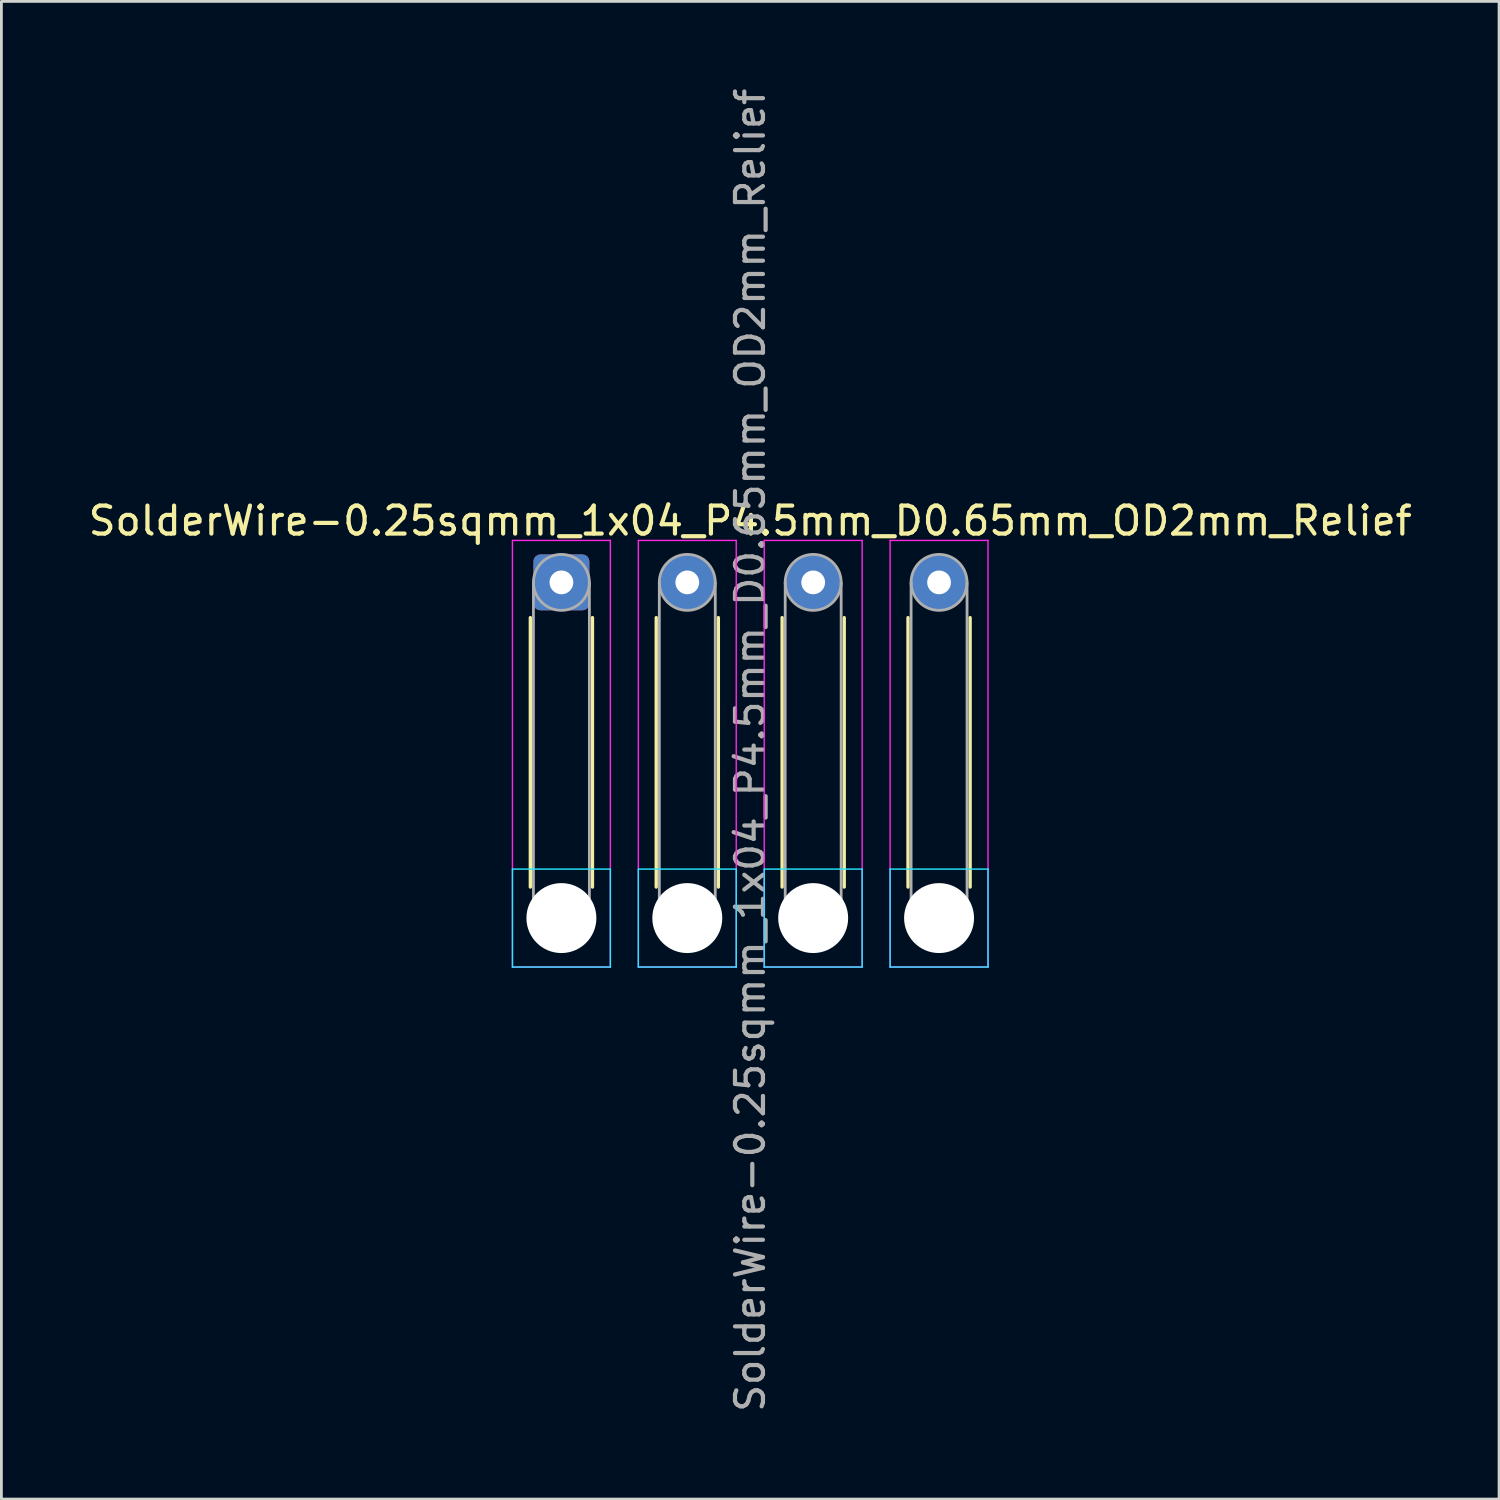
<source format=kicad_pcb>
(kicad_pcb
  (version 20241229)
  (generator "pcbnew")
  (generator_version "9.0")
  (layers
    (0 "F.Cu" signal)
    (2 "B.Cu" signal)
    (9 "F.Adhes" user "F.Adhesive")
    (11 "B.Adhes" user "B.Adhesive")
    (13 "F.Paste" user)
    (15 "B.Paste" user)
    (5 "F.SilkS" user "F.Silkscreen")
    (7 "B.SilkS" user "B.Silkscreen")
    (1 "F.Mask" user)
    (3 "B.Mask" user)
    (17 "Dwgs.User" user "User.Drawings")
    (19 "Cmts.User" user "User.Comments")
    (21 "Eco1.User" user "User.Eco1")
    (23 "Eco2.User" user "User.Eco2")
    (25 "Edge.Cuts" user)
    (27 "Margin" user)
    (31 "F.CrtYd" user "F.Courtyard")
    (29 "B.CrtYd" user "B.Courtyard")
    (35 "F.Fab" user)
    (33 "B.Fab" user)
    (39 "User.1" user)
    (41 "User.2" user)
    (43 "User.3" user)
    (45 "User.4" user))
  (footprint "SolderWire-0.25sqmm_1x04_P4.5mm_D0.65mm_OD2mm_Relief"
    (layer "F.Cu")
    (at 17.018 17.768)
    (property "Reference" "SolderWire-0.25sqmm_1x04_P4.5mm_D0.65mm_OD2mm_Relief" (at 6.75 -2.2 0) (layer "F.SilkS") (effects (font (size 1 1) (thickness 0.15))))
    (attr exclude_from_pos_files exclude_from_bom)
    (fp_line (start -1.11 1.26) (end -1.11 10.89) (stroke (width 0.12) (type solid)) (layer "F.SilkS"))
    (fp_line (start 1.11 1.26) (end 1.11 10.89) (stroke (width 0.12) (type solid)) (layer "F.SilkS"))
    (fp_line (start 3.39 1.26) (end 3.39 10.89) (stroke (width 0.12) (type solid)) (layer "F.SilkS"))
    (fp_line (start 5.61 1.26) (end 5.61 10.89) (stroke (width 0.12) (type solid)) (layer "F.SilkS"))
    (fp_line (start 7.89 1.26) (end 7.89 10.89) (stroke (width 0.12) (type solid)) (layer "F.SilkS"))
    (fp_line (start 10.11 1.26) (end 10.11 10.89) (stroke (width 0.12) (type solid)) (layer "F.SilkS"))
    (fp_line (start 12.39 1.26) (end 12.39 10.89) (stroke (width 0.12) (type solid)) (layer "F.SilkS"))
    (fp_line (start 14.61 1.26) (end 14.61 10.89) (stroke (width 0.12) (type solid)) (layer "F.SilkS"))
    (fp_line (start -1.75 10.25) (end -1.75 13.75) (stroke (width 0.05) (type solid)) (layer "B.CrtYd"))
    (fp_line (start -1.75 13.75) (end 1.75 13.75) (stroke (width 0.05) (type solid)) (layer "B.CrtYd"))
    (fp_line (start 1.75 10.25) (end -1.75 10.25) (stroke (width 0.05) (type solid)) (layer "B.CrtYd"))
    (fp_line (start 1.75 13.75) (end 1.75 10.25) (stroke (width 0.05) (type solid)) (layer "B.CrtYd"))
    (fp_line (start 2.75 10.25) (end 2.75 13.75) (stroke (width 0.05) (type solid)) (layer "B.CrtYd"))
    (fp_line (start 2.75 13.75) (end 6.25 13.75) (stroke (width 0.05) (type solid)) (layer "B.CrtYd"))
    (fp_line (start 6.25 10.25) (end 2.75 10.25) (stroke (width 0.05) (type solid)) (layer "B.CrtYd"))
    (fp_line (start 6.25 13.75) (end 6.25 10.25) (stroke (width 0.05) (type solid)) (layer "B.CrtYd"))
    (fp_line (start 7.25 10.25) (end 7.25 13.75) (stroke (width 0.05) (type solid)) (layer "B.CrtYd"))
    (fp_line (start 7.25 13.75) (end 10.75 13.75) (stroke (width 0.05) (type solid)) (layer "B.CrtYd"))
    (fp_line (start 10.75 10.25) (end 7.25 10.25) (stroke (width 0.05) (type solid)) (layer "B.CrtYd"))
    (fp_line (start 10.75 13.75) (end 10.75 10.25) (stroke (width 0.05) (type solid)) (layer "B.CrtYd"))
    (fp_line (start 11.75 10.25) (end 11.75 13.75) (stroke (width 0.05) (type solid)) (layer "B.CrtYd"))
    (fp_line (start 11.75 13.75) (end 15.25 13.75) (stroke (width 0.05) (type solid)) (layer "B.CrtYd"))
    (fp_line (start 15.25 10.25) (end 11.75 10.25) (stroke (width 0.05) (type solid)) (layer "B.CrtYd"))
    (fp_line (start 15.25 13.75) (end 15.25 10.25) (stroke (width 0.05) (type solid)) (layer "B.CrtYd"))
    (fp_line (start -1.75 -1.5) (end -1.75 13.75) (stroke (width 0.05) (type solid)) (layer "F.CrtYd"))
    (fp_line (start -1.75 13.75) (end 1.75 13.75) (stroke (width 0.05) (type solid)) (layer "F.CrtYd"))
    (fp_line (start 1.75 -1.5) (end -1.75 -1.5) (stroke (width 0.05) (type solid)) (layer "F.CrtYd"))
    (fp_line (start 1.75 13.75) (end 1.75 -1.5) (stroke (width 0.05) (type solid)) (layer "F.CrtYd"))
    (fp_line (start 2.75 -1.5) (end 2.75 13.75) (stroke (width 0.05) (type solid)) (layer "F.CrtYd"))
    (fp_line (start 2.75 13.75) (end 6.25 13.75) (stroke (width 0.05) (type solid)) (layer "F.CrtYd"))
    (fp_line (start 6.25 -1.5) (end 2.75 -1.5) (stroke (width 0.05) (type solid)) (layer "F.CrtYd"))
    (fp_line (start 6.25 13.75) (end 6.25 -1.5) (stroke (width 0.05) (type solid)) (layer "F.CrtYd"))
    (fp_line (start 7.25 -1.5) (end 7.25 13.75) (stroke (width 0.05) (type solid)) (layer "F.CrtYd"))
    (fp_line (start 7.25 13.75) (end 10.75 13.75) (stroke (width 0.05) (type solid)) (layer "F.CrtYd"))
    (fp_line (start 10.75 -1.5) (end 7.25 -1.5) (stroke (width 0.05) (type solid)) (layer "F.CrtYd"))
    (fp_line (start 10.75 13.75) (end 10.75 -1.5) (stroke (width 0.05) (type solid)) (layer "F.CrtYd"))
    (fp_line (start 11.75 -1.5) (end 11.75 13.75) (stroke (width 0.05) (type solid)) (layer "F.CrtYd"))
    (fp_line (start 11.75 13.75) (end 15.25 13.75) (stroke (width 0.05) (type solid)) (layer "F.CrtYd"))
    (fp_line (start 15.25 -1.5) (end 11.75 -1.5) (stroke (width 0.05) (type solid)) (layer "F.CrtYd"))
    (fp_line (start 15.25 13.75) (end 15.25 -1.5) (stroke (width 0.05) (type solid)) (layer "F.CrtYd"))
    (fp_line (start -1 0) (end -1 12) (stroke (width 0.1) (type solid)) (layer "F.Fab"))
    (fp_line (start 1 0) (end 1 12) (stroke (width 0.1) (type solid)) (layer "F.Fab"))
    (fp_line (start 3.5 0) (end 3.5 12) (stroke (width 0.1) (type solid)) (layer "F.Fab"))
    (fp_line (start 5.5 0) (end 5.5 12) (stroke (width 0.1) (type solid)) (layer "F.Fab"))
    (fp_line (start 8 0) (end 8 12) (stroke (width 0.1) (type solid)) (layer "F.Fab"))
    (fp_line (start 10 0) (end 10 12) (stroke (width 0.1) (type solid)) (layer "F.Fab"))
    (fp_line (start 12.5 0) (end 12.5 12) (stroke (width 0.1) (type solid)) (layer "F.Fab"))
    (fp_line (start 14.5 0) (end 14.5 12) (stroke (width 0.1) (type solid)) (layer "F.Fab"))
    (fp_circle (center 0 0) (end 1 0) (stroke (width 0.1) (type solid)) (fill no) (layer "F.Fab"))
    (fp_circle (center 0 12) (end 1 12) (stroke (width 0.1) (type solid)) (fill no) (layer "F.Fab"))
    (fp_circle (center 4.5 0) (end 5.5 0) (stroke (width 0.1) (type solid)) (fill no) (layer "F.Fab"))
    (fp_circle (center 4.5 12) (end 5.5 12) (stroke (width 0.1) (type solid)) (fill no) (layer "F.Fab"))
    (fp_circle (center 9 0) (end 10 0) (stroke (width 0.1) (type solid)) (fill no) (layer "F.Fab"))
    (fp_circle (center 9 12) (end 10 12) (stroke (width 0.1) (type solid)) (fill no) (layer "F.Fab"))
    (fp_circle (center 13.5 0) (end 14.5 0) (stroke (width 0.1) (type solid)) (fill no) (layer "F.Fab"))
    (fp_circle (center 13.5 12) (end 14.5 12) (stroke (width 0.1) (type solid)) (fill no) (layer "F.Fab"))
    (fp_text user "${REFERENCE}" (at 6.75 6 90) (layer "F.Fab") (effects (font (size 1 1) (thickness 0.15))))
    (pad "" np_thru_hole circle (at 0 12) (size 2.5 2.5) (drill 2.5) (layers "*.Cu" "*.Mask"))
    (pad "" np_thru_hole circle (at 4.5 12) (size 2.5 2.5) (drill 2.5) (layers "*.Cu" "*.Mask"))
    (pad "" np_thru_hole circle (at 9 12) (size 2.5 2.5) (drill 2.5) (layers "*.Cu" "*.Mask"))
    (pad "" np_thru_hole circle (at 13.5 12) (size 2.5 2.5) (drill 2.5) (layers "*.Cu" "*.Mask"))
    (pad "1" thru_hole roundrect (at 0 0) (size 2 2) (drill 0.85) (layers "*.Cu" "*.Mask") (roundrect_rratio 0.125))
    (pad "2" thru_hole circle (at 4.5 0) (size 2 2) (drill 0.85) (layers "*.Cu" "*.Mask"))
    (pad "3" thru_hole circle (at 9 0) (size 2 2) (drill 0.85) (layers "*.Cu" "*.Mask"))
    (pad "4" thru_hole circle (at 13.5 0) (size 2 2) (drill 0.85) (layers "*.Cu" "*.Mask")))
  (gr_rect
    (start -3 -3)
    (end 50.536 50.536)
    (stroke (width 0.1) (type default))
    (fill no)
    (layer "Edge.Cuts")))
</source>
